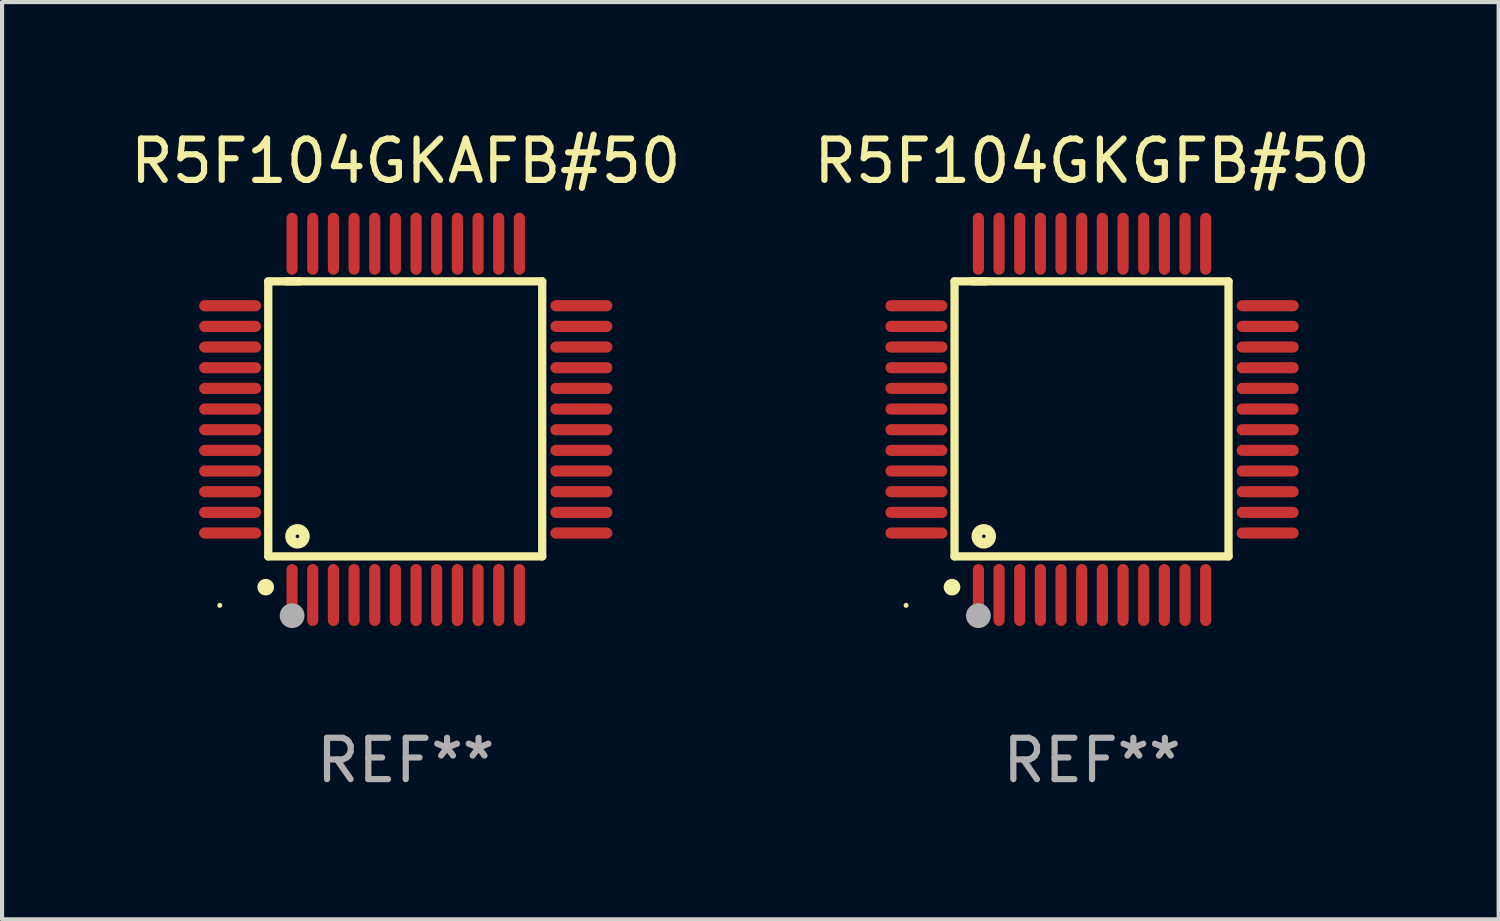
<source format=kicad_pcb>
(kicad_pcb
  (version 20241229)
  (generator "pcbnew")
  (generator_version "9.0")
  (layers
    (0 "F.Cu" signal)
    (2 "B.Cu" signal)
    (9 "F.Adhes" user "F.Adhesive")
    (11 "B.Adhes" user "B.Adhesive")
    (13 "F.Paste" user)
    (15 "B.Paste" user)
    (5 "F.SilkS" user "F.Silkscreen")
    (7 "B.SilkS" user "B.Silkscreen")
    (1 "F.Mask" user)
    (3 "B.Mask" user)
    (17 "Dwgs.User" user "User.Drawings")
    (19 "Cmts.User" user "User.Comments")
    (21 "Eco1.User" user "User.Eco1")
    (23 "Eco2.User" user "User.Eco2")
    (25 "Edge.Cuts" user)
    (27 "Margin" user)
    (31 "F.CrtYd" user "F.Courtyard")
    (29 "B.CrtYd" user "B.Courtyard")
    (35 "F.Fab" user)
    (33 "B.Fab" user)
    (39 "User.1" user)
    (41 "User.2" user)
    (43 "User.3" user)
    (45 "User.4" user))
  (footprint "R5F104GKAFB#50"
    (layer "F.Cu")
    (at 6.768 7.098)
    (property "Reference" "R5F104GKAFB#50" (at 0 -6.25 0) (layer "F.SilkS") (effects (font (size 1 1) (thickness 0.15))))
    (attr through_hole)
    (fp_line (start -3.327 -3.34) (end -2.565 -3.34) (stroke (width 0.2) (type solid)) (layer "F.SilkS"))
    (fp_line (start -3.327 3.315) (end -3.327 -3.34) (stroke (width 0.2) (type solid)) (layer "F.SilkS"))
    (fp_line (start -2.896 -3.34) (end 3.302 -3.34) (stroke (width 0.2) (type solid)) (layer "F.SilkS"))
    (fp_line (start 3.302 -3.34) (end 3.302 3.315) (stroke (width 0.2) (type solid)) (layer "F.SilkS"))
    (fp_line (start 3.302 3.315) (end -3.327 3.315) (stroke (width 0.2) (type solid)) (layer "F.SilkS"))
    (fp_arc (start -3.389992 4.059995) (mid -3.388722 4.059991) (end -3.387452 4.059995) (stroke (width 0.4) (type solid)) (layer "F.SilkS"))
    (fp_circle (center -4.5 4.5) (end -4.47 4.5) (stroke (width 0.06) (type solid)) (fill no) (layer "F.SilkS"))
    (fp_circle (center -2.62 2.83) (end -2.45 2.83) (stroke (width 0.254) (type solid)) (fill no) (layer "F.SilkS"))
    (fp_circle (center -2.75 4.75) (end -2.6 4.75) (stroke (width 0.3) (type solid)) (fill no) (layer "F.Fab"))
    (fp_text user "REF**" (at 0 8.25 0) (layer "F.Fab") (effects (font (size 1 1) (thickness 0.15))))
    (pad "1" smd oval (at -2.75 4.25) (size 0.27 1.5) (layers "F.Cu" "F.Mask" "F.Paste"))
    (pad "2" smd oval (at -2.25 4.25) (size 0.27 1.5) (layers "F.Cu" "F.Mask" "F.Paste"))
    (pad "3" smd oval (at -1.75 4.25) (size 0.27 1.5) (layers "F.Cu" "F.Mask" "F.Paste"))
    (pad "4" smd oval (at -1.25 4.25) (size 0.27 1.5) (layers "F.Cu" "F.Mask" "F.Paste"))
    (pad "5" smd oval (at -0.75 4.25) (size 0.27 1.5) (layers "F.Cu" "F.Mask" "F.Paste"))
    (pad "6" smd oval (at -0.25 4.25) (size 0.27 1.5) (layers "F.Cu" "F.Mask" "F.Paste"))
    (pad "7" smd oval (at 0.25 4.25) (size 0.27 1.5) (layers "F.Cu" "F.Mask" "F.Paste"))
    (pad "8" smd oval (at 0.75 4.25) (size 0.27 1.5) (layers "F.Cu" "F.Mask" "F.Paste"))
    (pad "9" smd oval (at 1.25 4.25) (size 0.27 1.5) (layers "F.Cu" "F.Mask" "F.Paste"))
    (pad "10" smd oval (at 1.75 4.25) (size 0.27 1.5) (layers "F.Cu" "F.Mask" "F.Paste"))
    (pad "11" smd oval (at 2.25 4.25) (size 0.27 1.5) (layers "F.Cu" "F.Mask" "F.Paste"))
    (pad "12" smd oval (at 2.75 4.25) (size 0.27 1.5) (layers "F.Cu" "F.Mask" "F.Paste"))
    (pad "13" smd oval (at 4.25 2.75) (size 1.5 0.27) (layers "F.Cu" "F.Mask" "F.Paste"))
    (pad "14" smd oval (at 4.25 2.25) (size 1.5 0.27) (layers "F.Cu" "F.Mask" "F.Paste"))
    (pad "15" smd oval (at 4.25 1.75) (size 1.5 0.27) (layers "F.Cu" "F.Mask" "F.Paste"))
    (pad "16" smd oval (at 4.25 1.25) (size 1.5 0.27) (layers "F.Cu" "F.Mask" "F.Paste"))
    (pad "17" smd oval (at 4.25 0.75) (size 1.5 0.27) (layers "F.Cu" "F.Mask" "F.Paste"))
    (pad "18" smd oval (at 4.25 0.25) (size 1.5 0.27) (layers "F.Cu" "F.Mask" "F.Paste"))
    (pad "19" smd oval (at 4.25 -0.25) (size 1.5 0.27) (layers "F.Cu" "F.Mask" "F.Paste"))
    (pad "20" smd oval (at 4.25 -0.75) (size 1.5 0.27) (layers "F.Cu" "F.Mask" "F.Paste"))
    (pad "21" smd oval (at 4.25 -1.25) (size 1.5 0.27) (layers "F.Cu" "F.Mask" "F.Paste"))
    (pad "22" smd oval (at 4.25 -1.75) (size 1.5 0.27) (layers "F.Cu" "F.Mask" "F.Paste"))
    (pad "23" smd oval (at 4.25 -2.25) (size 1.5 0.27) (layers "F.Cu" "F.Mask" "F.Paste"))
    (pad "24" smd oval (at 4.25 -2.75) (size 1.5 0.27) (layers "F.Cu" "F.Mask" "F.Paste"))
    (pad "25" smd oval (at 2.75 -4.25) (size 0.27 1.5) (layers "F.Cu" "F.Mask" "F.Paste"))
    (pad "26" smd oval (at 2.25 -4.25) (size 0.27 1.5) (layers "F.Cu" "F.Mask" "F.Paste"))
    (pad "27" smd oval (at 1.75 -4.25) (size 0.27 1.5) (layers "F.Cu" "F.Mask" "F.Paste"))
    (pad "28" smd oval (at 1.25 -4.25) (size 0.27 1.5) (layers "F.Cu" "F.Mask" "F.Paste"))
    (pad "29" smd oval (at 0.75 -4.25) (size 0.27 1.5) (layers "F.Cu" "F.Mask" "F.Paste"))
    (pad "30" smd oval (at 0.25 -4.25) (size 0.27 1.5) (layers "F.Cu" "F.Mask" "F.Paste"))
    (pad "31" smd oval (at -0.25 -4.25) (size 0.27 1.5) (layers "F.Cu" "F.Mask" "F.Paste"))
    (pad "32" smd oval (at -0.75 -4.25) (size 0.27 1.5) (layers "F.Cu" "F.Mask" "F.Paste"))
    (pad "33" smd oval (at -1.25 -4.25) (size 0.27 1.5) (layers "F.Cu" "F.Mask" "F.Paste"))
    (pad "34" smd oval (at -1.75 -4.25) (size 0.27 1.5) (layers "F.Cu" "F.Mask" "F.Paste"))
    (pad "35" smd oval (at -2.25 -4.25) (size 0.27 1.5) (layers "F.Cu" "F.Mask" "F.Paste"))
    (pad "36" smd oval (at -2.75 -4.25) (size 0.27 1.5) (layers "F.Cu" "F.Mask" "F.Paste"))
    (pad "37" smd oval (at -4.25 -2.75) (size 1.5 0.27) (layers "F.Cu" "F.Mask" "F.Paste"))
    (pad "38" smd oval (at -4.25 -2.25) (size 1.5 0.27) (layers "F.Cu" "F.Mask" "F.Paste"))
    (pad "39" smd oval (at -4.25 -1.75) (size 1.5 0.27) (layers "F.Cu" "F.Mask" "F.Paste"))
    (pad "40" smd oval (at -4.25 -1.25) (size 1.5 0.27) (layers "F.Cu" "F.Mask" "F.Paste"))
    (pad "41" smd oval (at -4.25 -0.75) (size 1.5 0.27) (layers "F.Cu" "F.Mask" "F.Paste"))
    (pad "42" smd oval (at -4.25 -0.25) (size 1.5 0.27) (layers "F.Cu" "F.Mask" "F.Paste"))
    (pad "43" smd oval (at -4.25 0.25) (size 1.5 0.27) (layers "F.Cu" "F.Mask" "F.Paste"))
    (pad "44" smd oval (at -4.25 0.75) (size 1.5 0.27) (layers "F.Cu" "F.Mask" "F.Paste"))
    (pad "45" smd oval (at -4.25 1.25) (size 1.5 0.27) (layers "F.Cu" "F.Mask" "F.Paste"))
    (pad "46" smd oval (at -4.25 1.75) (size 1.5 0.27) (layers "F.Cu" "F.Mask" "F.Paste"))
    (pad "47" smd oval (at -4.25 2.25) (size 1.5 0.27) (layers "F.Cu" "F.Mask" "F.Paste"))
    (pad "48" smd oval (at -4.25 2.75) (size 1.5 0.27) (layers "F.Cu" "F.Mask" "F.Paste")))
  (footprint "R5F104GKGFB#50"
    (layer "F.Cu")
    (at 23.375 7.098)
    (property "Reference" "R5F104GKGFB#50" (at 0 -6.25 0) (layer "F.SilkS") (effects (font (size 1 1) (thickness 0.15))))
    (attr through_hole)
    (fp_line (start -3.327 -3.34) (end -2.565 -3.34) (stroke (width 0.2) (type solid)) (layer "F.SilkS"))
    (fp_line (start -3.327 3.315) (end -3.327 -3.34) (stroke (width 0.2) (type solid)) (layer "F.SilkS"))
    (fp_line (start -2.896 -3.34) (end 3.302 -3.34) (stroke (width 0.2) (type solid)) (layer "F.SilkS"))
    (fp_line (start 3.302 -3.34) (end 3.302 3.315) (stroke (width 0.2) (type solid)) (layer "F.SilkS"))
    (fp_line (start 3.302 3.315) (end -3.327 3.315) (stroke (width 0.2) (type solid)) (layer "F.SilkS"))
    (fp_arc (start -3.389992 4.059995) (mid -3.388722 4.059991) (end -3.387452 4.059995) (stroke (width 0.4) (type solid)) (layer "F.SilkS"))
    (fp_circle (center -4.5 4.5) (end -4.47 4.5) (stroke (width 0.06) (type solid)) (fill no) (layer "F.SilkS"))
    (fp_circle (center -2.62 2.83) (end -2.45 2.83) (stroke (width 0.254) (type solid)) (fill no) (layer "F.SilkS"))
    (fp_circle (center -2.75 4.75) (end -2.6 4.75) (stroke (width 0.3) (type solid)) (fill no) (layer "F.Fab"))
    (fp_text user "REF**" (at 0 8.25 0) (layer "F.Fab") (effects (font (size 1 1) (thickness 0.15))))
    (pad "1" smd oval (at -2.75 4.25) (size 0.27 1.5) (layers "F.Cu" "F.Mask" "F.Paste"))
    (pad "2" smd oval (at -2.25 4.25) (size 0.27 1.5) (layers "F.Cu" "F.Mask" "F.Paste"))
    (pad "3" smd oval (at -1.75 4.25) (size 0.27 1.5) (layers "F.Cu" "F.Mask" "F.Paste"))
    (pad "4" smd oval (at -1.25 4.25) (size 0.27 1.5) (layers "F.Cu" "F.Mask" "F.Paste"))
    (pad "5" smd oval (at -0.75 4.25) (size 0.27 1.5) (layers "F.Cu" "F.Mask" "F.Paste"))
    (pad "6" smd oval (at -0.25 4.25) (size 0.27 1.5) (layers "F.Cu" "F.Mask" "F.Paste"))
    (pad "7" smd oval (at 0.25 4.25) (size 0.27 1.5) (layers "F.Cu" "F.Mask" "F.Paste"))
    (pad "8" smd oval (at 0.75 4.25) (size 0.27 1.5) (layers "F.Cu" "F.Mask" "F.Paste"))
    (pad "9" smd oval (at 1.25 4.25) (size 0.27 1.5) (layers "F.Cu" "F.Mask" "F.Paste"))
    (pad "10" smd oval (at 1.75 4.25) (size 0.27 1.5) (layers "F.Cu" "F.Mask" "F.Paste"))
    (pad "11" smd oval (at 2.25 4.25) (size 0.27 1.5) (layers "F.Cu" "F.Mask" "F.Paste"))
    (pad "12" smd oval (at 2.75 4.25) (size 0.27 1.5) (layers "F.Cu" "F.Mask" "F.Paste"))
    (pad "13" smd oval (at 4.25 2.75) (size 1.5 0.27) (layers "F.Cu" "F.Mask" "F.Paste"))
    (pad "14" smd oval (at 4.25 2.25) (size 1.5 0.27) (layers "F.Cu" "F.Mask" "F.Paste"))
    (pad "15" smd oval (at 4.25 1.75) (size 1.5 0.27) (layers "F.Cu" "F.Mask" "F.Paste"))
    (pad "16" smd oval (at 4.25 1.25) (size 1.5 0.27) (layers "F.Cu" "F.Mask" "F.Paste"))
    (pad "17" smd oval (at 4.25 0.75) (size 1.5 0.27) (layers "F.Cu" "F.Mask" "F.Paste"))
    (pad "18" smd oval (at 4.25 0.25) (size 1.5 0.27) (layers "F.Cu" "F.Mask" "F.Paste"))
    (pad "19" smd oval (at 4.25 -0.25) (size 1.5 0.27) (layers "F.Cu" "F.Mask" "F.Paste"))
    (pad "20" smd oval (at 4.25 -0.75) (size 1.5 0.27) (layers "F.Cu" "F.Mask" "F.Paste"))
    (pad "21" smd oval (at 4.25 -1.25) (size 1.5 0.27) (layers "F.Cu" "F.Mask" "F.Paste"))
    (pad "22" smd oval (at 4.25 -1.75) (size 1.5 0.27) (layers "F.Cu" "F.Mask" "F.Paste"))
    (pad "23" smd oval (at 4.25 -2.25) (size 1.5 0.27) (layers "F.Cu" "F.Mask" "F.Paste"))
    (pad "24" smd oval (at 4.25 -2.75) (size 1.5 0.27) (layers "F.Cu" "F.Mask" "F.Paste"))
    (pad "25" smd oval (at 2.75 -4.25) (size 0.27 1.5) (layers "F.Cu" "F.Mask" "F.Paste"))
    (pad "26" smd oval (at 2.25 -4.25) (size 0.27 1.5) (layers "F.Cu" "F.Mask" "F.Paste"))
    (pad "27" smd oval (at 1.75 -4.25) (size 0.27 1.5) (layers "F.Cu" "F.Mask" "F.Paste"))
    (pad "28" smd oval (at 1.25 -4.25) (size 0.27 1.5) (layers "F.Cu" "F.Mask" "F.Paste"))
    (pad "29" smd oval (at 0.75 -4.25) (size 0.27 1.5) (layers "F.Cu" "F.Mask" "F.Paste"))
    (pad "30" smd oval (at 0.25 -4.25) (size 0.27 1.5) (layers "F.Cu" "F.Mask" "F.Paste"))
    (pad "31" smd oval (at -0.25 -4.25) (size 0.27 1.5) (layers "F.Cu" "F.Mask" "F.Paste"))
    (pad "32" smd oval (at -0.75 -4.25) (size 0.27 1.5) (layers "F.Cu" "F.Mask" "F.Paste"))
    (pad "33" smd oval (at -1.25 -4.25) (size 0.27 1.5) (layers "F.Cu" "F.Mask" "F.Paste"))
    (pad "34" smd oval (at -1.75 -4.25) (size 0.27 1.5) (layers "F.Cu" "F.Mask" "F.Paste"))
    (pad "35" smd oval (at -2.25 -4.25) (size 0.27 1.5) (layers "F.Cu" "F.Mask" "F.Paste"))
    (pad "36" smd oval (at -2.75 -4.25) (size 0.27 1.5) (layers "F.Cu" "F.Mask" "F.Paste"))
    (pad "37" smd oval (at -4.25 -2.75) (size 1.5 0.27) (layers "F.Cu" "F.Mask" "F.Paste"))
    (pad "38" smd oval (at -4.25 -2.25) (size 1.5 0.27) (layers "F.Cu" "F.Mask" "F.Paste"))
    (pad "39" smd oval (at -4.25 -1.75) (size 1.5 0.27) (layers "F.Cu" "F.Mask" "F.Paste"))
    (pad "40" smd oval (at -4.25 -1.25) (size 1.5 0.27) (layers "F.Cu" "F.Mask" "F.Paste"))
    (pad "41" smd oval (at -4.25 -0.75) (size 1.5 0.27) (layers "F.Cu" "F.Mask" "F.Paste"))
    (pad "42" smd oval (at -4.25 -0.25) (size 1.5 0.27) (layers "F.Cu" "F.Mask" "F.Paste"))
    (pad "43" smd oval (at -4.25 0.25) (size 1.5 0.27) (layers "F.Cu" "F.Mask" "F.Paste"))
    (pad "44" smd oval (at -4.25 0.75) (size 1.5 0.27) (layers "F.Cu" "F.Mask" "F.Paste"))
    (pad "45" smd oval (at -4.25 1.25) (size 1.5 0.27) (layers "F.Cu" "F.Mask" "F.Paste"))
    (pad "46" smd oval (at -4.25 1.75) (size 1.5 0.27) (layers "F.Cu" "F.Mask" "F.Paste"))
    (pad "47" smd oval (at -4.25 2.25) (size 1.5 0.27) (layers "F.Cu" "F.Mask" "F.Paste"))
    (pad "48" smd oval (at -4.25 2.75) (size 1.5 0.27) (layers "F.Cu" "F.Mask" "F.Paste")))
  (gr_rect
    (start -3 -3)
    (end 33.214 19.196)
    (stroke (width 0.1) (type default))
    (fill no)
    (layer "Edge.Cuts")))
</source>
